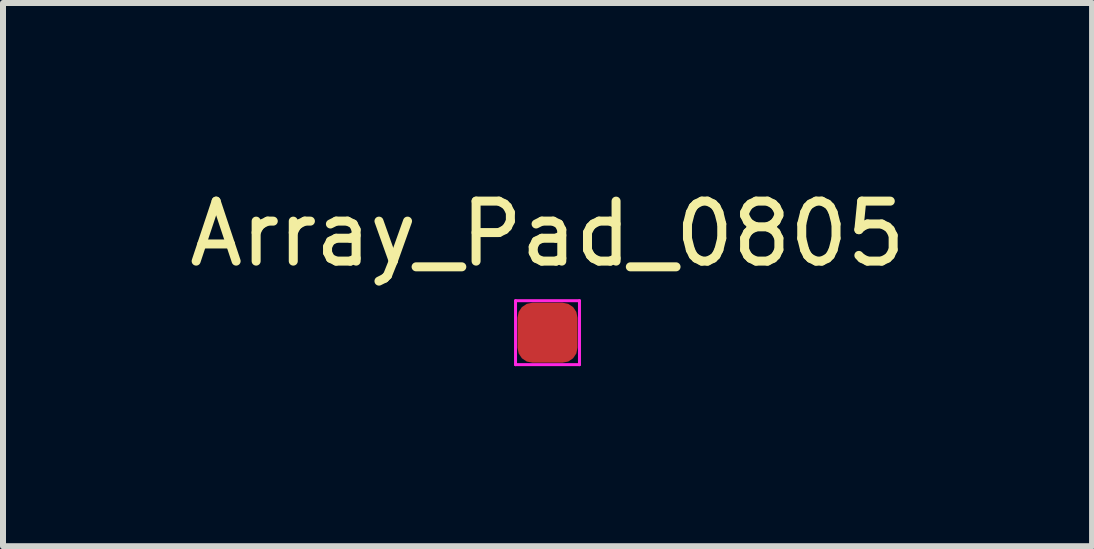
<source format=kicad_pcb>
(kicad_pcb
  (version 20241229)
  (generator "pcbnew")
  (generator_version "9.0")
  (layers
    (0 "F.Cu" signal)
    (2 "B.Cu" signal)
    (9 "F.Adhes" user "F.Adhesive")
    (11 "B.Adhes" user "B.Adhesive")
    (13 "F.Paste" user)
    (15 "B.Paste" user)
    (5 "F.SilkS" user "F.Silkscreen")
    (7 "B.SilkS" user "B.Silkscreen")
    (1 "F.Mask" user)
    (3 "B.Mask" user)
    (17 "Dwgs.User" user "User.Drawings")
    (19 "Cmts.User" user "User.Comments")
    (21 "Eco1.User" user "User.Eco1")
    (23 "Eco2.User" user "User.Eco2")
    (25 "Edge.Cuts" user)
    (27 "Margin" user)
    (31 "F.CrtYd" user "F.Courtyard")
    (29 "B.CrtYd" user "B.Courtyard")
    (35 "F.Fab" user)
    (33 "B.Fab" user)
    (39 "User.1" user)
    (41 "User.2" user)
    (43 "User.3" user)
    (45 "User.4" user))
  (footprint "Array_Pad_0805"
    (layer "F.Cu")
    (at 6.077 2.496)
    (property "Reference" "Array_Pad_0805" (at 0 -1.648 0) (layer "F.SilkS") (effects (font (size 1 1) (thickness 0.15))))
    (attr exclude_from_pos_files exclude_from_bom)
    (fp_line (start -0.533 -0.533) (end -0.533 0.533) (stroke (width 0.05) (type solid)) (layer "F.CrtYd"))
    (fp_line (start -0.533 -0.533) (end 0.533 -0.533) (stroke (width 0.05) (type solid)) (layer "F.CrtYd"))
    (fp_line (start 0.533 0.533) (end -0.533 0.533) (stroke (width 0.05) (type solid)) (layer "F.CrtYd"))
    (fp_line (start 0.533 0.533) (end 0.533 -0.533) (stroke (width 0.05) (type solid)) (layer "F.CrtYd"))
    (pad "1" smd roundrect (at 0 0) (size 1 1) (layers "F.Cu" "F.Mask") (roundrect_rratio 0.25)))
  (gr_rect
    (start -3 -3)
    (end 15.155 6.055)
    (stroke (width 0.1) (type default))
    (fill no)
    (layer "Edge.Cuts")))
</source>
